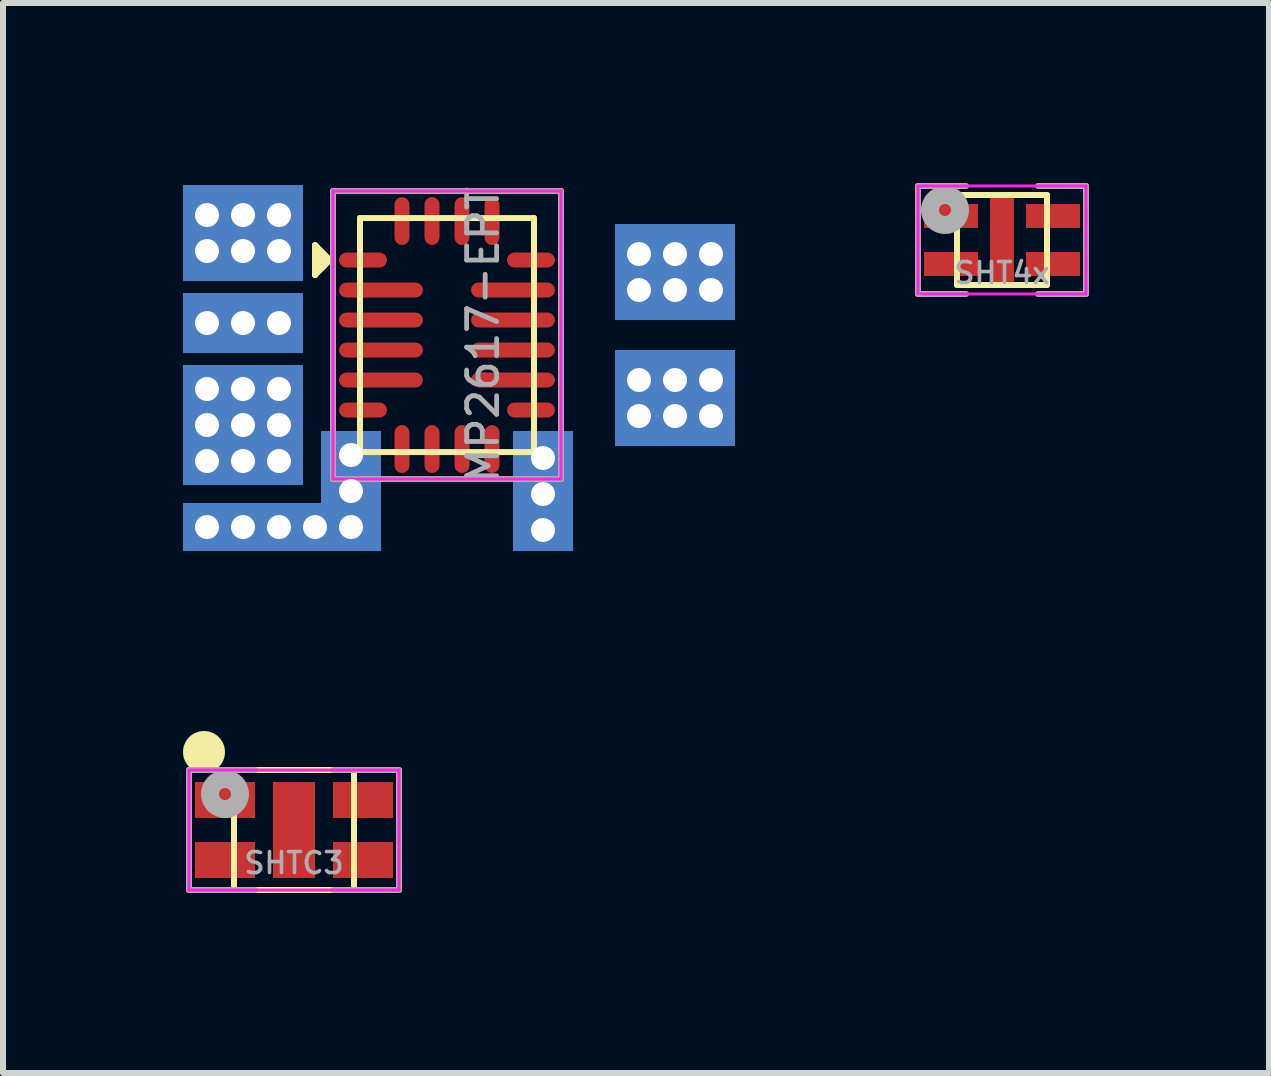
<source format=kicad_pcb>
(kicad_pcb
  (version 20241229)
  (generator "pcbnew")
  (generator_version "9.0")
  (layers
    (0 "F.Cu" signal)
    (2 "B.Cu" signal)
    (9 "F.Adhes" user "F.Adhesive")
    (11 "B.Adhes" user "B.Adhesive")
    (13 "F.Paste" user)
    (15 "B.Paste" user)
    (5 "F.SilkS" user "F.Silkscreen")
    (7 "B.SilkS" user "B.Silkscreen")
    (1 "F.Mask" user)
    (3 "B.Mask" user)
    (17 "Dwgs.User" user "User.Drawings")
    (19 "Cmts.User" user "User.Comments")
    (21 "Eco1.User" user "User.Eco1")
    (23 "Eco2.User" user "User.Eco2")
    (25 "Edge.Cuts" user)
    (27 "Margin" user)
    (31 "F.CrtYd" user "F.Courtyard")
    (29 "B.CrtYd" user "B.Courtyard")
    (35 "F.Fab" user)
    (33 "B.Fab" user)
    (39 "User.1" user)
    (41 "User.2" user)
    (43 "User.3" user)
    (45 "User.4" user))
  (footprint "SHTC3"
    (layer "F.Cu")
    (at 1.85 10.784)
    (property "Reference" "SHTC3" (at 0 0.55 180) (layer "F.Fab") (effects (font (size 0.35 0.35) (thickness 0.06) (bold yes))))
    (attr through_hole)
    (fp_line (start -1 -1) (end 1 -1) (stroke (width 0.1) (type solid)) (layer "F.SilkS"))
    (fp_line (start -1 1) (end -1 -1) (stroke (width 0.1) (type solid)) (layer "F.SilkS"))
    (fp_line (start 1 -1) (end 1 1) (stroke (width 0.1) (type solid)) (layer "F.SilkS"))
    (fp_line (start 1 1) (end -1 1) (stroke (width 0.1) (type solid)) (layer "F.SilkS"))
    (fp_circle (center -1.5 -1.3) (end -1.2 -1.3) (stroke (width 0.1) (type solid)) (fill yes) (layer "F.SilkS"))
    (fp_line (start -1.75 -1) (end 1.75 -1) (stroke (width 0.05) (type solid)) (layer "F.CrtYd"))
    (fp_line (start -1.75 1) (end -1.75 -1) (stroke (width 0.05) (type solid)) (layer "F.CrtYd"))
    (fp_line (start 1.75 -1) (end 1.75 1) (stroke (width 0.05) (type solid)) (layer "F.CrtYd"))
    (fp_line (start 1.75 1) (end -1.75 1) (stroke (width 0.05) (type solid)) (layer "F.CrtYd"))
    (fp_line (start -1.75 1) (end -1.75 -1) (stroke (width 0.1) (type solid)) (layer "F.Fab"))
    (fp_line (start -1.75 1) (end -0.65 1) (stroke (width 0.1) (type solid)) (layer "F.Fab"))
    (fp_line (start -0.65 -1) (end -1.75 -1) (stroke (width 0.1) (type solid)) (layer "F.Fab"))
    (fp_line (start 1.75 -1) (end 0.65 -1) (stroke (width 0.1) (type solid)) (layer "F.Fab"))
    (fp_line (start 1.75 1) (end 0.65 1) (stroke (width 0.1) (type solid)) (layer "F.Fab"))
    (fp_line (start 1.75 1) (end 1.75 -1) (stroke (width 0.1) (type solid)) (layer "F.Fab"))
    (fp_circle (center -1.15 -0.6) (end -1.05 -0.6) (stroke (width 0.3) (type default)) (fill no) (layer "F.Fab"))
    (pad "1" smd rect (at -1.15 -0.5) (size 1 0.6) (layers "F.Cu" "F.Mask" "F.Paste"))
    (pad "2" smd rect (at -1.15 0.5) (size 1 0.6) (layers "F.Cu" "F.Mask" "F.Paste"))
    (pad "3" smd rect (at 1.15 0.5) (size 1 0.6) (layers "F.Cu" "F.Mask" "F.Paste"))
    (pad "4" smd rect (at 0 0) (size 0.7 1.6) (layers "F.Cu" "F.Mask" "F.Paste"))
    (pad "4" smd rect (at 1.15 -0.5) (size 1 0.6) (layers "F.Cu" "F.Mask" "F.Paste")))
  (footprint "SHT4x"
    (layer "F.Cu")
    (at 13.65 0.95)
    (property "Reference" "SHT4x" (at 0 0.55 180) (layer "F.Fab") (effects (font (size 0.35 0.35) (thickness 0.06) (bold yes))))
    (attr through_hole)
    (fp_line (start -0.75 -0.75) (end -0.75 0.75) (stroke (width 0.1) (type solid)) (layer "F.SilkS"))
    (fp_line (start 0.75 -0.75) (end -0.75 -0.75) (stroke (width 0.1) (type solid)) (layer "F.SilkS"))
    (fp_line (start 0.75 -0.75) (end 0.75 0.75) (stroke (width 0.1) (type solid)) (layer "F.SilkS"))
    (fp_line (start 0.75 0.75) (end -0.75 0.75) (stroke (width 0.1) (type solid)) (layer "F.SilkS"))
    (fp_line (start -1.4 -0.9) (end 1.4 -0.9) (stroke (width 0.05) (type solid)) (layer "F.CrtYd"))
    (fp_line (start -1.4 0.9) (end -1.4 -0.9) (stroke (width 0.05) (type solid)) (layer "F.CrtYd"))
    (fp_line (start -1.35 0.9) (end 1.4 0.9) (stroke (width 0.05) (type solid)) (layer "F.CrtYd"))
    (fp_line (start 1.4 -0.9) (end 1.4 0.9) (stroke (width 0.05) (type solid)) (layer "F.CrtYd"))
    (fp_line (start -1.4 -0.9) (end -1.4 0.9) (stroke (width 0.1) (type solid)) (layer "F.Fab"))
    (fp_line (start -0.6 -0.9) (end -1.4 -0.9) (stroke (width 0.1) (type solid)) (layer "F.Fab"))
    (fp_line (start -0.6 0.9) (end -1.4 0.9) (stroke (width 0.1) (type solid)) (layer "F.Fab"))
    (fp_line (start 0.6 -0.9) (end 1.4 -0.9) (stroke (width 0.1) (type solid)) (layer "F.Fab"))
    (fp_line (start 0.6 0.9) (end 1.4 0.9) (stroke (width 0.1) (type solid)) (layer "F.Fab"))
    (fp_line (start 1.4 0.9) (end 1.4 -0.9) (stroke (width 0.1) (type solid)) (layer "F.Fab"))
    (fp_circle (center -0.95 -0.5) (end -0.85 -0.5) (stroke (width 0.3) (type default)) (fill no) (layer "F.Fab"))
    (pad "1" smd rect (at -0.85 -0.4) (size 0.9 0.4) (layers "F.Cu" "F.Mask" "F.Paste"))
    (pad "2" smd rect (at -0.85 0.4) (size 0.9 0.4) (layers "F.Cu" "F.Mask" "F.Paste"))
    (pad "3" smd rect (at 0.85 0.4) (size 0.9 0.4) (layers "F.Cu" "F.Mask" "F.Paste"))
    (pad "4" smd rect (at 0 0) (size 0.4 1.6) (layers "F.Cu" "F.Mask" "F.Paste"))
    (pad "4" smd rect (at 0.85 -0.4) (size 0.9 0.4) (layers "F.Cu" "F.Mask" "F.Paste")))
  (footprint "MP2617-EPT"
    (layer "F.Cu")
    (at 4.4 2.534)
    (property "Reference" "MP2617-EPT" (at 0.6 0 90) (layer "F.Fab") (effects (font (size 0.5 0.5) (thickness 0.08))))
    (attr through_hole)
    (fp_line (start -2.2 -1.5) (end -2.2 -1) (stroke (width 0.1) (type solid)) (layer "F.SilkS"))
    (fp_line (start -2.2 -1) (end -1.95 -1.25) (stroke (width 0.1) (type solid)) (layer "F.SilkS"))
    (fp_line (start -2.1 -1.3) (end -2.1 -1.2) (stroke (width 0.2) (type solid)) (layer "F.SilkS"))
    (fp_line (start -1.95 -1.25) (end -2.2 -1.5) (stroke (width 0.1) (type solid)) (layer "F.SilkS"))
    (fp_line (start -1.45 -1.95) (end 1.45 -1.95) (stroke (width 0.1) (type solid)) (layer "F.SilkS"))
    (fp_line (start -1.45 1.95) (end -1.45 -1.95) (stroke (width 0.1) (type solid)) (layer "F.SilkS"))
    (fp_line (start 1.45 -1.95) (end 1.45 1.95) (stroke (width 0.1) (type solid)) (layer "F.SilkS"))
    (fp_line (start 1.45 1.95) (end -1.45 1.95) (stroke (width 0.1) (type solid)) (layer "F.SilkS"))
    (fp_line (start -1.9 -2.4) (end 1.9 -2.4) (stroke (width 0.05) (type solid)) (layer "F.CrtYd"))
    (fp_line (start -1.9 2.4) (end -1.9 -2.4) (stroke (width 0.05) (type solid)) (layer "F.CrtYd"))
    (fp_line (start 1.9 -2.4) (end 1.9 2.4) (stroke (width 0.05) (type solid)) (layer "F.CrtYd"))
    (fp_line (start 1.9 2.4) (end -1.9 2.4) (stroke (width 0.05) (type solid)) (layer "F.CrtYd"))
    (fp_line (start -1.9 -2.4) (end 1.9 -2.4) (stroke (width 0.1) (type solid)) (layer "F.Fab"))
    (fp_line (start -1.9 2.4) (end -1.9 -2.4) (stroke (width 0.1) (type solid)) (layer "F.Fab"))
    (fp_line (start 1.9 -2.4) (end 1.9 2.4) (stroke (width 0.1) (type solid)) (layer "F.Fab"))
    (fp_line (start 1.9 2.4) (end -1.9 2.4) (stroke (width 0.1) (type solid)) (layer "F.Fab"))
    (pad "1" smd roundrect (at -1.4 -1.25) (size 0.8 0.25) (layers "F.Cu" "F.Mask" "F.Paste") (roundrect_rratio 0.5))
    (pad "2" thru_hole circle (at -4 -2) (size 0.6 0.6) (drill 0.4) (layers "*.Cu" "*.Mask"))
    (pad "2" thru_hole circle (at -4 -1.4) (size 0.6 0.6) (drill 0.4) (layers "*.Cu" "*.Mask"))
    (pad "2" thru_hole circle (at -3.4 -2) (size 0.6 0.6) (drill 0.4) (layers "*.Cu" "*.Mask"))
    (pad "2" smd rect (at -3.4 -1.7) (size 2 1.6) (layers "F.Cu" "F.Mask" "F.Paste"))
    (pad "2" smd rect (at -3.4 -1.7) (size 2 1.6) (layers "B.Cu" "B.Mask" "B.Paste"))
    (pad "2" thru_hole circle (at -3.4 -1.4) (size 0.6 0.6) (drill 0.4) (layers "*.Cu" "*.Mask"))
    (pad "2" thru_hole circle (at -2.8 -2) (size 0.6 0.6) (drill 0.4) (layers "*.Cu" "*.Mask"))
    (pad "2" thru_hole circle (at -2.8 -1.4) (size 0.6 0.6) (drill 0.4) (layers "*.Cu" "*.Mask"))
    (pad "2" smd roundrect (at -1.1 -0.75) (size 1.4 0.25) (layers "F.Cu" "F.Mask" "F.Paste") (roundrect_rratio 0.5))
    (pad "3" thru_hole circle (at -4 -0.2) (size 0.6 0.6) (drill 0.4) (layers "*.Cu" "*.Mask"))
    (pad "3" thru_hole circle (at -3.4 -0.2) (size 0.6 0.6) (drill 0.4) (layers "*.Cu" "*.Mask"))
    (pad "3" smd rect (at -3.4 -0.2) (size 2 1) (layers "F.Cu" "F.Mask" "F.Paste"))
    (pad "3" smd rect (at -3.4 -0.2) (size 2 1) (layers "B.Cu" "B.Mask" "B.Paste"))
    (pad "3" thru_hole circle (at -2.8 -0.2) (size 0.6 0.6) (drill 0.4) (layers "*.Cu" "*.Mask"))
    (pad "3" smd roundrect (at -1.1 -0.25) (size 1.4 0.25) (layers "F.Cu" "F.Mask" "F.Paste") (roundrect_rratio 0.5))
    (pad "4" thru_hole circle (at -4 0.9) (size 0.6 0.6) (drill 0.4) (layers "*.Cu" "*.Mask"))
    (pad "4" thru_hole circle (at -4 1.5) (size 0.6 0.6) (drill 0.4) (layers "*.Cu" "*.Mask"))
    (pad "4" thru_hole circle (at -4 2.1) (size 0.6 0.6) (drill 0.4) (layers "*.Cu" "*.Mask"))
    (pad "4" thru_hole circle (at -3.4 0.9) (size 0.6 0.6) (drill 0.4) (layers "*.Cu" "*.Mask"))
    (pad "4" thru_hole circle (at -3.4 1.5) (size 0.6 0.6) (drill 0.4) (layers "*.Cu" "*.Mask"))
    (pad "4" smd rect (at -3.4 1.5) (size 2 2) (layers "F.Cu" "F.Mask" "F.Paste"))
    (pad "4" smd rect (at -3.4 1.5) (size 2 2) (layers "B.Cu" "B.Mask" "B.Paste"))
    (pad "4" thru_hole circle (at -3.4 2.1) (size 0.6 0.6) (drill 0.4) (layers "*.Cu" "*.Mask"))
    (pad "4" thru_hole circle (at -2.8 0.9) (size 0.6 0.6) (drill 0.4) (layers "*.Cu" "*.Mask"))
    (pad "4" thru_hole circle (at -2.8 1.5) (size 0.6 0.6) (drill 0.4) (layers "*.Cu" "*.Mask"))
    (pad "4" thru_hole circle (at -2.8 2.1) (size 0.6 0.6) (drill 0.4) (layers "*.Cu" "*.Mask"))
    (pad "4" smd roundrect (at -1.1 0.25) (size 1.4 0.25) (layers "F.Cu" "F.Mask" "F.Paste") (roundrect_rratio 0.5))
    (pad "5" smd roundrect (at -1.1 0.75) (size 1.4 0.25) (layers "F.Cu" "F.Mask" "F.Paste") (roundrect_rratio 0.5))
    (pad "6" thru_hole circle (at -4 3.2) (size 0.6 0.6) (drill 0.4) (layers "*.Cu" "*.Mask"))
    (pad "6" thru_hole circle (at -3.4 3.2) (size 0.6 0.6) (drill 0.4) (layers "*.Cu" "*.Mask"))
    (pad "6" smd rect (at -3.25 3.2) (size 2.3 0.8) (layers "F.Cu" "F.Mask" "F.Paste"))
    (pad "6" smd rect (at -3.25 3.2) (size 2.3 0.8) (layers "B.Cu" "B.Mask" "B.Paste"))
    (pad "6" thru_hole circle (at -2.8 3.2) (size 0.6 0.6) (drill 0.4) (layers "*.Cu" "*.Mask"))
    (pad "6" thru_hole circle (at -2.2 3.2) (size 0.6 0.6) (drill 0.4) (layers "*.Cu" "*.Mask"))
    (pad "6" thru_hole circle (at -1.6 2) (size 0.6 0.6) (drill 0.4) (layers "*.Cu" "*.Mask"))
    (pad "6" thru_hole circle (at -1.6 2.6) (size 0.6 0.6) (drill 0.4) (layers "*.Cu" "*.Mask"))
    (pad "6" smd rect (at -1.6 2.6) (size 1 2) (layers "F.Cu" "F.Mask" "F.Paste"))
    (pad "6" smd rect (at -1.6 2.6) (size 1 2) (layers "B.Cu" "B.Mask" "B.Paste"))
    (pad "6" thru_hole circle (at -1.6 3.2) (size 0.6 0.6) (drill 0.4) (layers "*.Cu" "*.Mask"))
    (pad "6" smd roundrect (at -1.4 1.25) (size 0.8 0.25) (layers "F.Cu" "F.Mask" "F.Paste") (roundrect_rratio 0.5))
    (pad "6" thru_hole circle (at 1.6 3.25) (size 0.6 0.6) (drill 0.4) (layers "*.Cu" "*.Mask"))
    (pad "7" smd roundrect (at -0.75 1.9 270) (size 0.8 0.25) (layers "F.Cu" "F.Mask" "F.Paste") (roundrect_rratio 0.5))
    (pad "8" smd roundrect (at -0.25 1.9 270) (size 0.8 0.25) (layers "F.Cu" "F.Mask" "F.Paste") (roundrect_rratio 0.5))
    (pad "9" smd roundrect (at 0.25 1.9 270) (size 0.8 0.25) (layers "F.Cu" "F.Mask" "F.Paste") (roundrect_rratio 0.5))
    (pad "10" smd roundrect (at 0.75 1.9 270) (size 0.8 0.25) (layers "F.Cu" "F.Mask" "F.Paste") (roundrect_rratio 0.5))
    (pad "11" smd roundrect (at 1.4 1.25) (size 0.8 0.25) (layers "F.Cu" "F.Mask" "F.Paste") (roundrect_rratio 0.5))
    (pad "11" thru_hole circle (at 1.6 2.05) (size 0.6 0.6) (drill 0.4) (layers "*.Cu" "*.Mask"))
    (pad "11" smd rect (at 1.6 2.6) (size 1 2) (layers "F.Cu" "F.Mask" "F.Paste"))
    (pad "11" smd rect (at 1.6 2.6) (size 1 2) (layers "B.Cu" "B.Mask" "B.Paste"))
    (pad "11" thru_hole circle (at 1.6 2.65) (size 0.6 0.6) (drill 0.4) (layers "*.Cu" "*.Mask"))
    (pad "12" smd roundrect (at 1.1 0.75) (size 1.4 0.25) (layers "F.Cu" "F.Mask" "F.Paste") (roundrect_rratio 0.5))
    (pad "13" smd roundrect (at 1.1 0.25) (size 1.4 0.25) (layers "F.Cu" "F.Mask" "F.Paste") (roundrect_rratio 0.5))
    (pad "13" thru_hole circle (at 3.2 0.75) (size 0.6 0.6) (drill 0.4) (layers "*.Cu" "*.Mask"))
    (pad "13" thru_hole circle (at 3.2 1.35) (size 0.6 0.6) (drill 0.4) (layers "*.Cu" "*.Mask"))
    (pad "13" thru_hole circle (at 3.8 0.75) (size 0.6 0.6) (drill 0.4) (layers "*.Cu" "*.Mask"))
    (pad "13" smd rect (at 3.8 1.05) (size 2 1.6) (layers "F.Cu" "F.Mask" "F.Paste"))
    (pad "13" smd rect (at 3.8 1.05) (size 2 1.6) (layers "B.Cu" "B.Mask" "B.Paste"))
    (pad "13" thru_hole circle (at 3.8 1.35) (size 0.6 0.6) (drill 0.4) (layers "*.Cu" "*.Mask"))
    (pad "13" thru_hole circle (at 4.4 0.75) (size 0.6 0.6) (drill 0.4) (layers "*.Cu" "*.Mask"))
    (pad "13" thru_hole circle (at 4.4 1.35) (size 0.6 0.6) (drill 0.4) (layers "*.Cu" "*.Mask"))
    (pad "14" smd roundrect (at 1.1 -0.25) (size 1.4 0.25) (layers "F.Cu" "F.Mask" "F.Paste") (roundrect_rratio 0.5))
    (pad "14" thru_hole circle (at 3.2 -1.35) (size 0.6 0.6) (drill 0.4) (layers "*.Cu" "*.Mask"))
    (pad "14" thru_hole circle (at 3.2 -0.75) (size 0.6 0.6) (drill 0.4) (layers "*.Cu" "*.Mask"))
    (pad "14" thru_hole circle (at 3.8 -1.35) (size 0.6 0.6) (drill 0.4) (layers "*.Cu" "*.Mask"))
    (pad "14" smd rect (at 3.8 -1.05) (size 2 1.6) (layers "F.Cu" "F.Mask" "F.Paste"))
    (pad "14" smd rect (at 3.8 -1.05) (size 2 1.6) (layers "B.Cu" "B.Mask" "B.Paste"))
    (pad "14" thru_hole circle (at 3.8 -0.75) (size 0.6 0.6) (drill 0.4) (layers "*.Cu" "*.Mask"))
    (pad "14" thru_hole circle (at 4.4 -1.35) (size 0.6 0.6) (drill 0.4) (layers "*.Cu" "*.Mask"))
    (pad "14" thru_hole circle (at 4.4 -0.75) (size 0.6 0.6) (drill 0.4) (layers "*.Cu" "*.Mask"))
    (pad "15" smd roundrect (at 1.1 -0.75) (size 1.4 0.25) (layers "F.Cu" "F.Mask" "F.Paste") (roundrect_rratio 0.5))
    (pad "16" smd roundrect (at 1.4 -1.25) (size 0.8 0.25) (layers "F.Cu" "F.Mask" "F.Paste") (roundrect_rratio 0.5))
    (pad "17" smd roundrect (at 0.75 -1.9 90) (size 0.8 0.25) (layers "F.Cu" "F.Mask" "F.Paste") (roundrect_rratio 0.5))
    (pad "18" smd roundrect (at 0.25 -1.9 90) (size 0.8 0.25) (layers "F.Cu" "F.Mask" "F.Paste") (roundrect_rratio 0.5))
    (pad "19" smd roundrect (at -0.25 -1.9 90) (size 0.8 0.25) (layers "F.Cu" "F.Mask" "F.Paste") (roundrect_rratio 0.5))
    (pad "20" smd roundrect (at -0.75 -1.9 90) (size 0.8 0.25) (layers "F.Cu" "F.Mask" "F.Paste") (roundrect_rratio 0.5)))
  (gr_rect
    (start -3 -3)
    (end 18.1 14.834)
    (stroke (width 0.1) (type default))
    (fill no)
    (layer "Edge.Cuts")))
</source>
